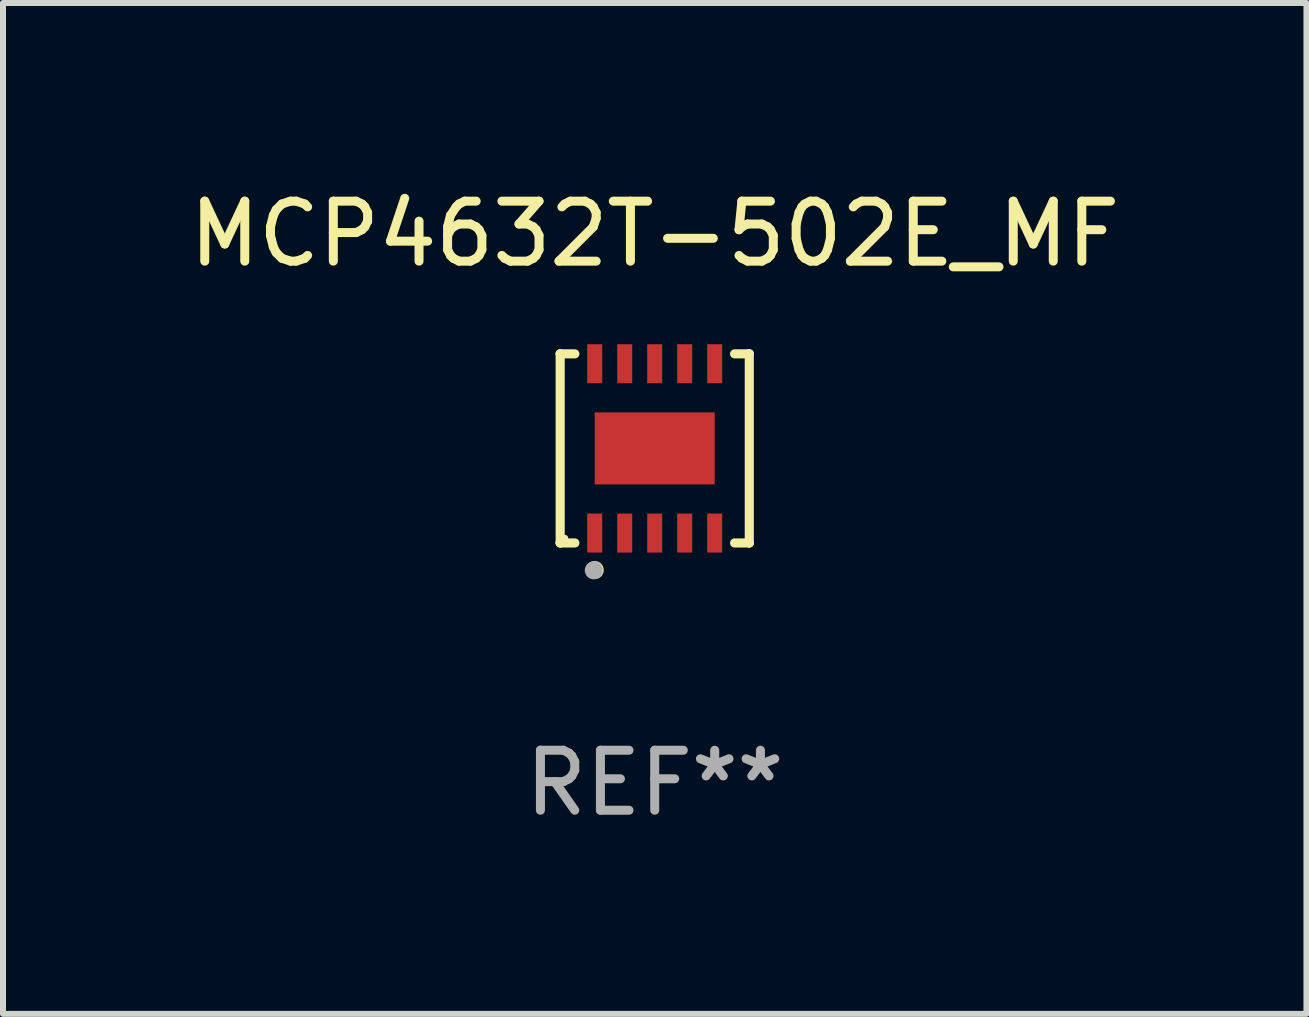
<source format=kicad_pcb>
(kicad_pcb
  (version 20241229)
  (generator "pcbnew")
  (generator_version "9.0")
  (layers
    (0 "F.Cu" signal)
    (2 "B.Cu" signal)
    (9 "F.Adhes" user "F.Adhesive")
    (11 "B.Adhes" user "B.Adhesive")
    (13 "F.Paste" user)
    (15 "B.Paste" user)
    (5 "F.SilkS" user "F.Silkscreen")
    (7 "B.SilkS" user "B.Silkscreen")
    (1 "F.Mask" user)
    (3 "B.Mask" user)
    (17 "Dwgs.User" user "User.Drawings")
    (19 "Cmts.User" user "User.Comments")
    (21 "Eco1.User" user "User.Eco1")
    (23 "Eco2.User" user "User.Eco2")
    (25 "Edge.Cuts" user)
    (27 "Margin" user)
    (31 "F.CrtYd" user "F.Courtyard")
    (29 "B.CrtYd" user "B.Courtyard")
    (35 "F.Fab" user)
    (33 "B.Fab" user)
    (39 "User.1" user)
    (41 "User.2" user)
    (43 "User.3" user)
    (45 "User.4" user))
  (footprint "MCP4632T-502E_MF"
    (layer "F.Cu")
    (at 7.863 4.424)
    (property "Reference" "MCP4632T-502E_MF" (at 0 -3.576 0) (layer "F.SilkS") (effects (font (size 1 1) (thickness 0.15))))
    (attr through_hole)
    (fp_line (start -1.576 -1.576) (end -1.576 -1.576) (stroke (width 0.152) (type solid)) (layer "F.SilkS"))
    (fp_line (start -1.576 -1.576) (end -1.331 -1.576) (stroke (width 0.152) (type solid)) (layer "F.SilkS"))
    (fp_line (start -1.576 1.576) (end -1.576 -1.576) (stroke (width 0.152) (type solid)) (layer "F.SilkS"))
    (fp_line (start -1.576 1.576) (end -1.576 1.576) (stroke (width 0.152) (type solid)) (layer "F.SilkS"))
    (fp_line (start -1.331 1.576) (end -1.576 1.576) (stroke (width 0.152) (type solid)) (layer "F.SilkS"))
    (fp_line (start 1.331 1.576) (end 1.576 1.576) (stroke (width 0.152) (type solid)) (layer "F.SilkS"))
    (fp_line (start 1.576 -1.576) (end 1.331 -1.576) (stroke (width 0.152) (type solid)) (layer "F.SilkS"))
    (fp_line (start 1.576 -1.576) (end 1.576 -1.576) (stroke (width 0.152) (type solid)) (layer "F.SilkS"))
    (fp_line (start 1.576 1.576) (end 1.576 -1.576) (stroke (width 0.152) (type solid)) (layer "F.SilkS"))
    (fp_line (start 1.576 1.576) (end 1.576 1.576) (stroke (width 0.152) (type solid)) (layer "F.SilkS"))
    (fp_circle (center -1.5 1.5) (end -1.47 1.5) (stroke (width 0.06) (type solid)) (fill no) (layer "F.SilkS"))
    (fp_circle (center -1 2.028) (end -0.925 2.028) (stroke (width 0.15) (type solid)) (fill no) (layer "F.SilkS"))
    (fp_circle (center -1.016 2.032) (end -0.941 2.032) (stroke (width 0.15) (type solid)) (fill no) (layer "F.Fab"))
    (fp_text user "REF**" (at 0 5.576 0) (layer "F.Fab") (effects (font (size 1 1) (thickness 0.15))))
    (pad "1" smd rect (at -1 1.411) (size 0.25 0.65) (layers "F.Cu" "F.Mask" "F.Paste"))
    (pad "2" smd rect (at -0.5 1.411) (size 0.25 0.65) (layers "F.Cu" "F.Mask" "F.Paste"))
    (pad "3" smd rect (at 0 1.411) (size 0.25 0.65) (layers "F.Cu" "F.Mask" "F.Paste"))
    (pad "4" smd rect (at 0.5 1.411) (size 0.25 0.65) (layers "F.Cu" "F.Mask" "F.Paste"))
    (pad "5" smd rect (at 1 1.411) (size 0.25 0.65) (layers "F.Cu" "F.Mask" "F.Paste"))
    (pad "6" smd rect (at 1 -1.411) (size 0.25 0.65) (layers "F.Cu" "F.Mask" "F.Paste"))
    (pad "7" smd rect (at 0.5 -1.411) (size 0.25 0.65) (layers "F.Cu" "F.Mask" "F.Paste"))
    (pad "8" smd rect (at 0 -1.411) (size 0.25 0.65) (layers "F.Cu" "F.Mask" "F.Paste"))
    (pad "9" smd rect (at -0.5 -1.411) (size 0.25 0.65) (layers "F.Cu" "F.Mask" "F.Paste"))
    (pad "10" smd rect (at -1 -1.411) (size 0.25 0.65) (layers "F.Cu" "F.Mask" "F.Paste"))
    (pad "11" smd rect (at 0 0) (size 2 1.2) (layers "F.Cu" "F.Mask" "F.Paste")))
  (gr_rect
    (start -3 -3)
    (end 18.726 13.849)
    (stroke (width 0.1) (type default))
    (fill no)
    (layer "Edge.Cuts")))
</source>
